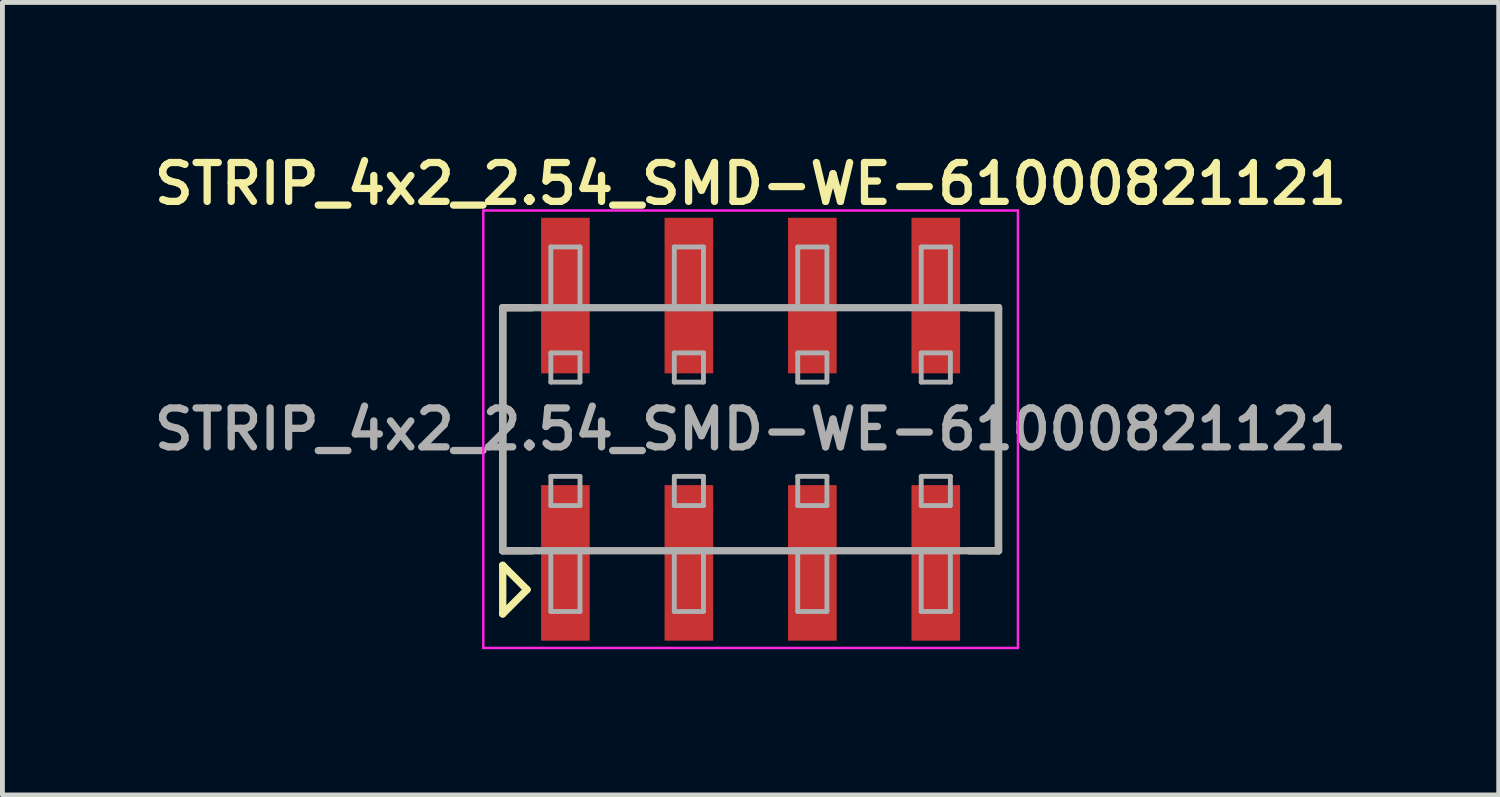
<source format=kicad_pcb>
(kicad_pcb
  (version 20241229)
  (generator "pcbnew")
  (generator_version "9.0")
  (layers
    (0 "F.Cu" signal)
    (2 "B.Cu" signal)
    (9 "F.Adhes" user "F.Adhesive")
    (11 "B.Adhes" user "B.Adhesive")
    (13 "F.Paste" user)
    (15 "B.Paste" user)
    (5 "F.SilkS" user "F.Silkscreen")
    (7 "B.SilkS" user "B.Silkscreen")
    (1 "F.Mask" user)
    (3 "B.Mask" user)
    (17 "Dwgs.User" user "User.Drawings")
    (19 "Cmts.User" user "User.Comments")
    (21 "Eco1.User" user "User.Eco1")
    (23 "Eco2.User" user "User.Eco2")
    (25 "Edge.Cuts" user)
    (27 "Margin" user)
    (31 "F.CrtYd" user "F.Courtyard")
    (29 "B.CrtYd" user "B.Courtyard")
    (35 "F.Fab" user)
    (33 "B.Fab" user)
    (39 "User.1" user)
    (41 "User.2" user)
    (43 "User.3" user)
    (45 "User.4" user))
  (footprint "STRIP_4x2_2.54_SMD-WE-61000821121"
    (layer "F.Cu")
    (at 12.393 5.781)
    (property "Reference" "STRIP_4x2_2.54_SMD-WE-61000821121" (at 0 -5.05 0) (layer "F.SilkS") (effects (font (size 0.8 0.8) (thickness 0.15))))
    (attr through_hole)
    (fp_line (start -5.1 -2.5) (end -4.5 -2.5) (stroke (width 0.15) (type solid)) (layer "F.SilkS"))
    (fp_line (start -5.1 2.5) (end -5.1 -2.5) (stroke (width 0.15) (type solid)) (layer "F.SilkS"))
    (fp_line (start -5.1 2.8) (end -5.1 3.8) (stroke (width 0.15) (type solid)) (layer "F.SilkS"))
    (fp_line (start -5.1 3.8) (end -4.6 3.3) (stroke (width 0.15) (type solid)) (layer "F.SilkS"))
    (fp_line (start -4.6 3.3) (end -5.1 2.8) (stroke (width 0.15) (type solid)) (layer "F.SilkS"))
    (fp_line (start -4.5 2.5) (end -5.1 2.5) (stroke (width 0.15) (type solid)) (layer "F.SilkS"))
    (fp_line (start 4.5 2.5) (end 5.1 2.5) (stroke (width 0.15) (type solid)) (layer "F.SilkS"))
    (fp_line (start 5.1 -2.5) (end 4.5 -2.5) (stroke (width 0.15) (type solid)) (layer "F.SilkS"))
    (fp_line (start 5.1 2.5) (end 5.1 -2.5) (stroke (width 0.15) (type solid)) (layer "F.SilkS"))
    (fp_line (start -5.5 -4.5) (end -5.5 4.5) (stroke (width 0.05) (type solid)) (layer "F.CrtYd"))
    (fp_line (start -5.5 4.5) (end 5.5 4.5) (stroke (width 0.05) (type solid)) (layer "F.CrtYd"))
    (fp_line (start 5.5 -4.5) (end -5.5 -4.5) (stroke (width 0.05) (type solid)) (layer "F.CrtYd"))
    (fp_line (start 5.5 4.5) (end 5.5 -4.5) (stroke (width 0.05) (type solid)) (layer "F.CrtYd"))
    (fp_line (start -5.1 -2.5) (end 5.1 -2.5) (stroke (width 0.15) (type solid)) (layer "F.Fab"))
    (fp_line (start -5.1 2.5) (end -5.1 -2.5) (stroke (width 0.15) (type solid)) (layer "F.Fab"))
    (fp_line (start -4.11 -3.75) (end -3.51 -3.75) (stroke (width 0.1) (type solid)) (layer "F.Fab"))
    (fp_line (start -4.11 -2.5) (end -4.11 -3.75) (stroke (width 0.1) (type solid)) (layer "F.Fab"))
    (fp_line (start -4.11 -1.57) (end -4.11 -0.97) (stroke (width 0.1) (type solid)) (layer "F.Fab"))
    (fp_line (start -4.11 -0.97) (end -3.51 -0.97) (stroke (width 0.1) (type solid)) (layer "F.Fab"))
    (fp_line (start -4.11 0.97) (end -4.11 1.57) (stroke (width 0.1) (type solid)) (layer "F.Fab"))
    (fp_line (start -4.11 1.57) (end -3.51 1.57) (stroke (width 0.1) (type solid)) (layer "F.Fab"))
    (fp_line (start -4.11 3.75) (end -4.11 2.5) (stroke (width 0.1) (type solid)) (layer "F.Fab"))
    (fp_line (start -4.11 3.75) (end -3.51 3.75) (stroke (width 0.1) (type solid)) (layer "F.Fab"))
    (fp_line (start -3.51 -3.75) (end -3.51 -2.5) (stroke (width 0.1) (type solid)) (layer "F.Fab"))
    (fp_line (start -3.51 -1.57) (end -4.11 -1.57) (stroke (width 0.1) (type solid)) (layer "F.Fab"))
    (fp_line (start -3.51 -0.97) (end -3.51 -1.57) (stroke (width 0.1) (type solid)) (layer "F.Fab"))
    (fp_line (start -3.51 0.97) (end -4.11 0.97) (stroke (width 0.1) (type solid)) (layer "F.Fab"))
    (fp_line (start -3.51 1.57) (end -3.51 0.97) (stroke (width 0.1) (type solid)) (layer "F.Fab"))
    (fp_line (start -3.51 2.5) (end -3.51 3.75) (stroke (width 0.1) (type solid)) (layer "F.Fab"))
    (fp_line (start -1.57 -3.75) (end -0.97 -3.75) (stroke (width 0.1) (type solid)) (layer "F.Fab"))
    (fp_line (start -1.57 -2.5) (end -1.57 -3.75) (stroke (width 0.1) (type solid)) (layer "F.Fab"))
    (fp_line (start -1.57 -1.57) (end -1.57 -0.97) (stroke (width 0.1) (type solid)) (layer "F.Fab"))
    (fp_line (start -1.57 -0.97) (end -0.97 -0.97) (stroke (width 0.1) (type solid)) (layer "F.Fab"))
    (fp_line (start -1.57 0.97) (end -1.57 1.57) (stroke (width 0.1) (type solid)) (layer "F.Fab"))
    (fp_line (start -1.57 1.57) (end -0.97 1.57) (stroke (width 0.1) (type solid)) (layer "F.Fab"))
    (fp_line (start -1.57 3.75) (end -1.57 2.5) (stroke (width 0.1) (type solid)) (layer "F.Fab"))
    (fp_line (start -1.57 3.75) (end -0.97 3.75) (stroke (width 0.1) (type solid)) (layer "F.Fab"))
    (fp_line (start -0.97 -3.75) (end -0.97 -2.5) (stroke (width 0.1) (type solid)) (layer "F.Fab"))
    (fp_line (start -0.97 -1.57) (end -1.57 -1.57) (stroke (width 0.1) (type solid)) (layer "F.Fab"))
    (fp_line (start -0.97 -0.97) (end -0.97 -1.57) (stroke (width 0.1) (type solid)) (layer "F.Fab"))
    (fp_line (start -0.97 0.97) (end -1.57 0.97) (stroke (width 0.1) (type solid)) (layer "F.Fab"))
    (fp_line (start -0.97 1.57) (end -0.97 0.97) (stroke (width 0.1) (type solid)) (layer "F.Fab"))
    (fp_line (start -0.97 2.5) (end -0.97 3.75) (stroke (width 0.1) (type solid)) (layer "F.Fab"))
    (fp_line (start 0.97 -3.75) (end 1.57 -3.75) (stroke (width 0.1) (type solid)) (layer "F.Fab"))
    (fp_line (start 0.97 -2.5) (end 0.97 -3.75) (stroke (width 0.1) (type solid)) (layer "F.Fab"))
    (fp_line (start 0.97 -1.57) (end 0.97 -0.97) (stroke (width 0.1) (type solid)) (layer "F.Fab"))
    (fp_line (start 0.97 -0.97) (end 1.57 -0.97) (stroke (width 0.1) (type solid)) (layer "F.Fab"))
    (fp_line (start 0.97 0.97) (end 0.97 1.57) (stroke (width 0.1) (type solid)) (layer "F.Fab"))
    (fp_line (start 0.97 1.57) (end 1.57 1.57) (stroke (width 0.1) (type solid)) (layer "F.Fab"))
    (fp_line (start 0.97 3.75) (end 0.97 2.5) (stroke (width 0.1) (type solid)) (layer "F.Fab"))
    (fp_line (start 0.97 3.75) (end 1.57 3.75) (stroke (width 0.1) (type solid)) (layer "F.Fab"))
    (fp_line (start 1.57 -3.75) (end 1.57 -2.5) (stroke (width 0.1) (type solid)) (layer "F.Fab"))
    (fp_line (start 1.57 -1.57) (end 0.97 -1.57) (stroke (width 0.1) (type solid)) (layer "F.Fab"))
    (fp_line (start 1.57 -0.97) (end 1.57 -1.57) (stroke (width 0.1) (type solid)) (layer "F.Fab"))
    (fp_line (start 1.57 0.97) (end 0.97 0.97) (stroke (width 0.1) (type solid)) (layer "F.Fab"))
    (fp_line (start 1.57 1.57) (end 1.57 0.97) (stroke (width 0.1) (type solid)) (layer "F.Fab"))
    (fp_line (start 1.57 2.5) (end 1.57 3.75) (stroke (width 0.1) (type solid)) (layer "F.Fab"))
    (fp_line (start 3.51 -3.75) (end 4.11 -3.75) (stroke (width 0.1) (type solid)) (layer "F.Fab"))
    (fp_line (start 3.51 -2.5) (end 3.51 -3.75) (stroke (width 0.1) (type solid)) (layer "F.Fab"))
    (fp_line (start 3.51 -1.57) (end 3.51 -0.97) (stroke (width 0.1) (type solid)) (layer "F.Fab"))
    (fp_line (start 3.51 -0.97) (end 4.11 -0.97) (stroke (width 0.1) (type solid)) (layer "F.Fab"))
    (fp_line (start 3.51 0.97) (end 3.51 1.57) (stroke (width 0.1) (type solid)) (layer "F.Fab"))
    (fp_line (start 3.51 1.57) (end 4.11 1.57) (stroke (width 0.1) (type solid)) (layer "F.Fab"))
    (fp_line (start 3.51 3.75) (end 3.51 2.5) (stroke (width 0.1) (type solid)) (layer "F.Fab"))
    (fp_line (start 3.51 3.75) (end 4.11 3.75) (stroke (width 0.1) (type solid)) (layer "F.Fab"))
    (fp_line (start 4.11 -3.75) (end 4.11 -2.5) (stroke (width 0.1) (type solid)) (layer "F.Fab"))
    (fp_line (start 4.11 -1.57) (end 3.51 -1.57) (stroke (width 0.1) (type solid)) (layer "F.Fab"))
    (fp_line (start 4.11 -0.97) (end 4.11 -1.57) (stroke (width 0.1) (type solid)) (layer "F.Fab"))
    (fp_line (start 4.11 0.97) (end 3.51 0.97) (stroke (width 0.1) (type solid)) (layer "F.Fab"))
    (fp_line (start 4.11 1.57) (end 4.11 0.97) (stroke (width 0.1) (type solid)) (layer "F.Fab"))
    (fp_line (start 4.11 2.5) (end 4.11 3.75) (stroke (width 0.1) (type solid)) (layer "F.Fab"))
    (fp_line (start 5.1 -2.5) (end 5.1 2.5) (stroke (width 0.15) (type solid)) (layer "F.Fab"))
    (fp_line (start 5.1 2.5) (end -5.1 2.5) (stroke (width 0.15) (type solid)) (layer "F.Fab"))
    (fp_text user "${REFERENCE}" (at 0 0 0) (layer "F.Fab") (effects (font (size 0.8 0.8) (thickness 0.15))))
    (pad "1" smd rect (at -3.81 2.75) (size 1 3.2) (layers "F.Cu" "F.Mask" "F.Paste"))
    (pad "2" smd rect (at -3.81 -2.75) (size 1 3.2) (layers "F.Cu" "F.Mask" "F.Paste"))
    (pad "3" smd rect (at -1.27 2.75) (size 1 3.2) (layers "F.Cu" "F.Mask" "F.Paste"))
    (pad "4" smd rect (at -1.27 -2.75) (size 1 3.2) (layers "F.Cu" "F.Mask" "F.Paste"))
    (pad "5" smd rect (at 1.27 2.75) (size 1 3.2) (layers "F.Cu" "F.Mask" "F.Paste"))
    (pad "6" smd rect (at 1.27 -2.75) (size 1 3.2) (layers "F.Cu" "F.Mask" "F.Paste"))
    (pad "7" smd rect (at 3.81 2.75) (size 1 3.2) (layers "F.Cu" "F.Mask" "F.Paste"))
    (pad "8" smd rect (at 3.81 -2.75) (size 1 3.2) (layers "F.Cu" "F.Mask" "F.Paste")))
  (gr_rect
    (start -3 -3)
    (end 27.785 13.306)
    (stroke (width 0.1) (type default))
    (fill no)
    (layer "Edge.Cuts")))
</source>
